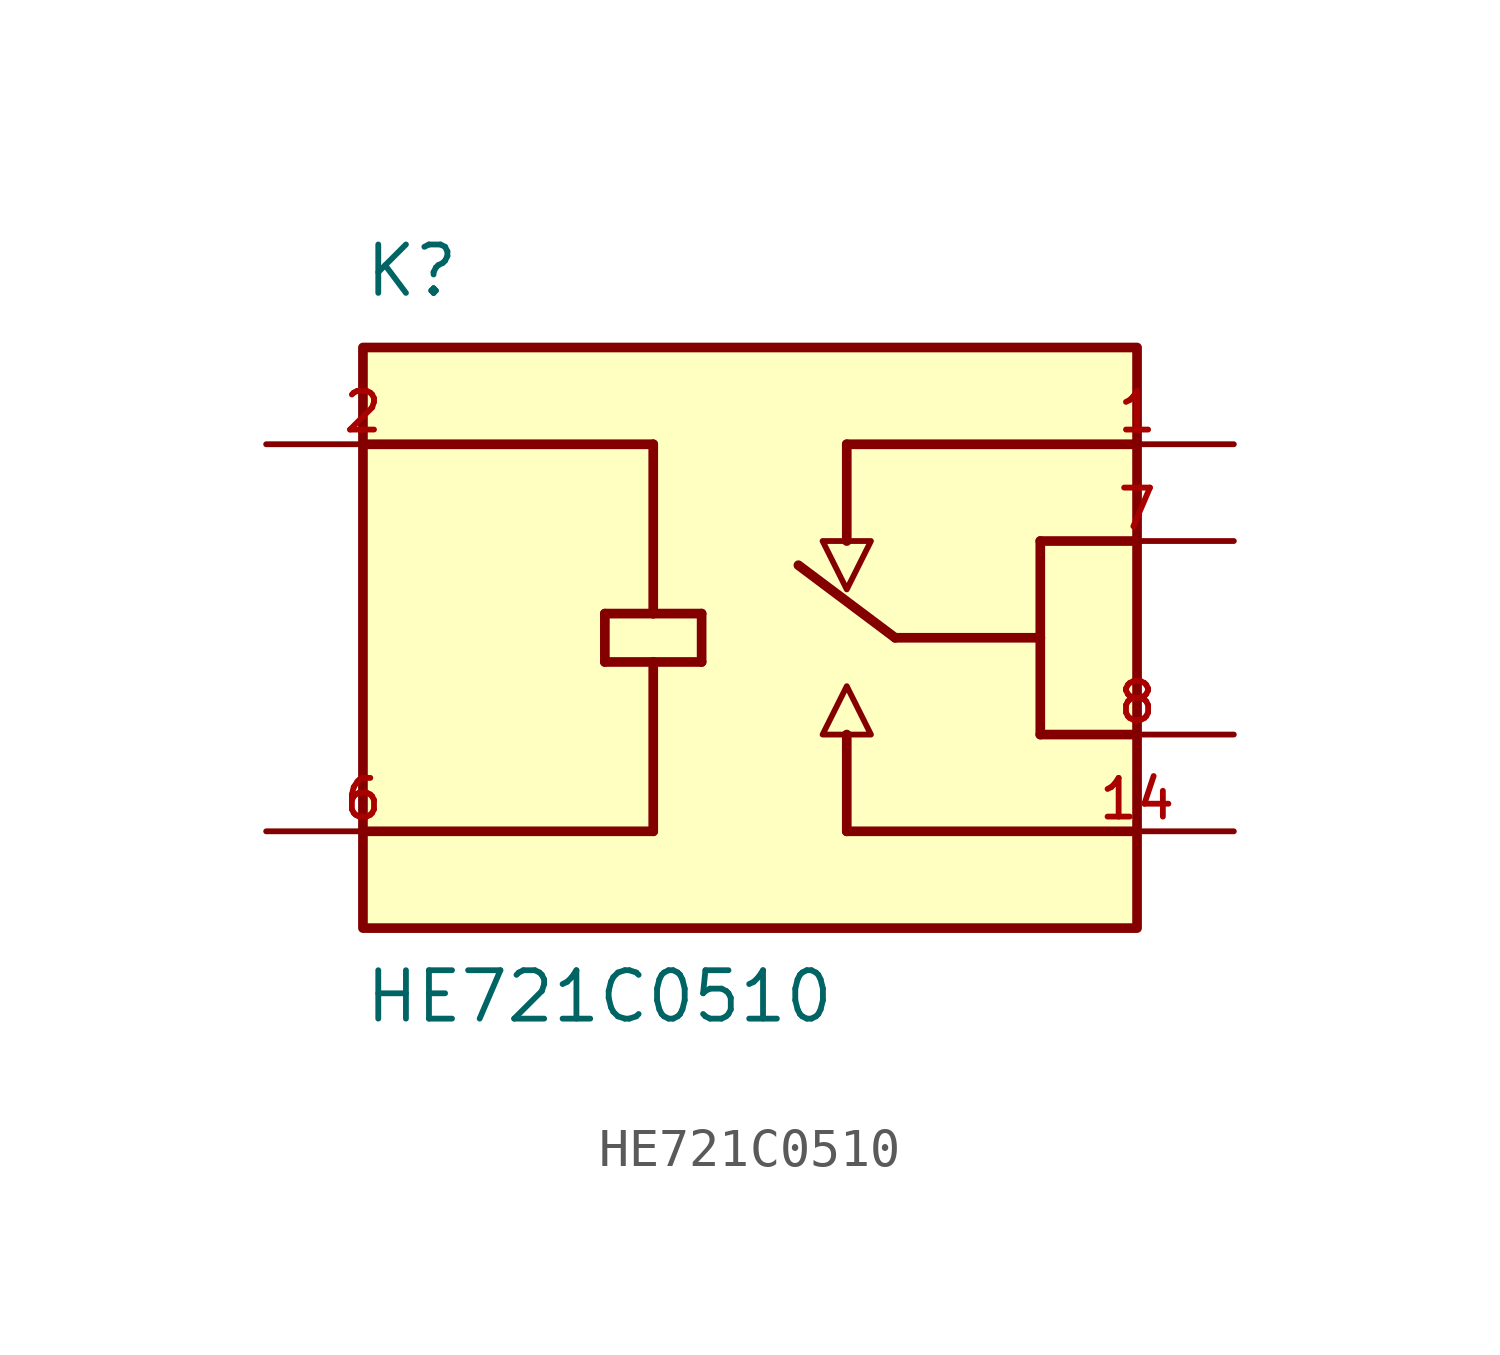
<source format=kicad_sym>
(kicad_symbol_lib
  (version 20211014)
  (generator kicad_symbol_editor)
  (symbol "HE721C0510"
    (pin_names
      (offset 1.016) hide)
    (property "Reference" "K"
      (at -10.16 8.89 0)
      (effects (font (size 1.27 1.27)) (justify left bottom)))
    (property "Value" "HE721C0510"
      (at -10.16 -10.16 0)
      (effects (font (size 1.27 1.27)) (justify left bottom)))
    (property "ki_locked" ""
      (at 0 0 0)
      (effects (font (size 1.27 1.27))))
    (symbol "HE721C0510_0_0"
      (rectangle (start -10.16 -7.62) (end 10.16 7.62) (stroke (width 0.254) (type default) (color 0 0 0 0)) (fill (type background)))
      (polyline (pts (xy -10.16 -5.08) (xy -2.54 -5.08)) (stroke (width 0.254) (type default) (color 0 0 0 0)) (fill (type none)))
      (polyline (pts (xy -10.16 5.08) (xy -2.54 5.08)) (stroke (width 0.254) (type default) (color 0 0 0 0)) (fill (type none)))
      (polyline (pts (xy -3.81 -0.635) (xy -3.81 0.635)) (stroke (width 0.254) (type default) (color 0 0 0 0)) (fill (type none)))
      (polyline (pts (xy -3.81 0.635) (xy -2.54 0.635)) (stroke (width 0.254) (type default) (color 0 0 0 0)) (fill (type none)))
      (polyline (pts (xy -2.54 -0.635) (xy -3.81 -0.635)) (stroke (width 0.254) (type default) (color 0 0 0 0)) (fill (type none)))
      (polyline (pts (xy -2.54 -0.635) (xy -2.54 -5.08)) (stroke (width 0.254) (type default) (color 0 0 0 0)) (fill (type none)))
      (polyline (pts (xy -2.54 0.635) (xy -1.27 0.635)) (stroke (width 0.254) (type default) (color 0 0 0 0)) (fill (type none)))
      (polyline (pts (xy -2.54 5.08) (xy -2.54 0.635)) (stroke (width 0.254) (type default) (color 0 0 0 0)) (fill (type none)))
      (polyline (pts (xy -1.27 -0.635) (xy -2.54 -0.635)) (stroke (width 0.254) (type default) (color 0 0 0 0)) (fill (type none)))
      (polyline (pts (xy -1.27 0.635) (xy -1.27 -0.635)) (stroke (width 0.254) (type default) (color 0 0 0 0)) (fill (type none)))
      (polyline (pts (xy 2.54 -5.08) (xy 2.54 -2.54)) (stroke (width 0.254) (type default) (color 0 0 0 0)) (fill (type none)))
      (polyline (pts (xy 2.54 5.08) (xy 2.54 2.54)) (stroke (width 0.254) (type default) (color 0 0 0 0)) (fill (type none)))
      (polyline (pts (xy 2.54 5.08) (xy 10.16 5.08)) (stroke (width 0.254) (type default) (color 0 0 0 0)) (fill (type none)))
      (polyline (pts (xy 3.81 0) (xy 1.27 1.905)) (stroke (width 0.254) (type default) (color 0 0 0 0)) (fill (type none)))
      (polyline (pts (xy 3.81 0) (xy 7.62 0)) (stroke (width 0.254) (type default) (color 0 0 0 0)) (fill (type none)))
      (polyline (pts (xy 7.62 -2.54) (xy 10.16 -2.54)) (stroke (width 0.254) (type default) (color 0 0 0 0)) (fill (type none)))
      (polyline (pts (xy 7.62 0) (xy 7.62 -2.54)) (stroke (width 0.254) (type default) (color 0 0 0 0)) (fill (type none)))
      (polyline (pts (xy 7.62 0) (xy 7.62 2.54)) (stroke (width 0.254) (type default) (color 0 0 0 0)) (fill (type none)))
      (polyline (pts (xy 7.62 2.54) (xy 10.16 2.54)) (stroke (width 0.254) (type default) (color 0 0 0 0)) (fill (type none)))
      (polyline (pts (xy 10.16 -5.08) (xy 2.54 -5.08)) (stroke (width 0.254) (type default) (color 0 0 0 0)) (fill (type none)))
      (polyline (pts (xy 1.905 -2.54) (xy 3.175 -2.54) (xy 2.54 -1.27) (xy 1.905 -2.54)) (stroke (width 0.152) (type default) (color 0 0 0 0)) (fill (type background)))
      (polyline (pts (xy 3.175 2.54) (xy 1.905 2.54) (xy 2.54 1.27) (xy 3.175 2.54)) (stroke (width 0.152) (type default) (color 0 0 0 0)) (fill (type background)))
      (pin passive line (at 12.7 5.08 180) (length 5.08) (name "~" (effects (font (size 1.016 1.016)))) (number "1" (effects (font (size 1.016 1.016)))))
      (pin passive line (at 12.7 -5.08 180) (length 5.08) (name "~" (effects (font (size 1.016 1.016)))) (number "14" (effects (font (size 1.016 1.016)))))
      (pin passive line (at -12.7 5.08 0) (length 5.08) (name "~" (effects (font (size 1.016 1.016)))) (number "2" (effects (font (size 1.016 1.016)))))
      (pin passive line (at -12.7 -5.08 0) (length 5.08) (name "~" (effects (font (size 1.016 1.016)))) (number "6" (effects (font (size 1.016 1.016)))))
      (pin passive line (at 12.7 2.54 180) (length 5.08) (name "~" (effects (font (size 1.016 1.016)))) (number "7" (effects (font (size 1.016 1.016)))))
      (pin passive line (at 12.7 -2.54 180) (length 5.08) (name "~" (effects (font (size 1.016 1.016)))) (number "8" (effects (font (size 1.016 1.016))))))))
</source>
